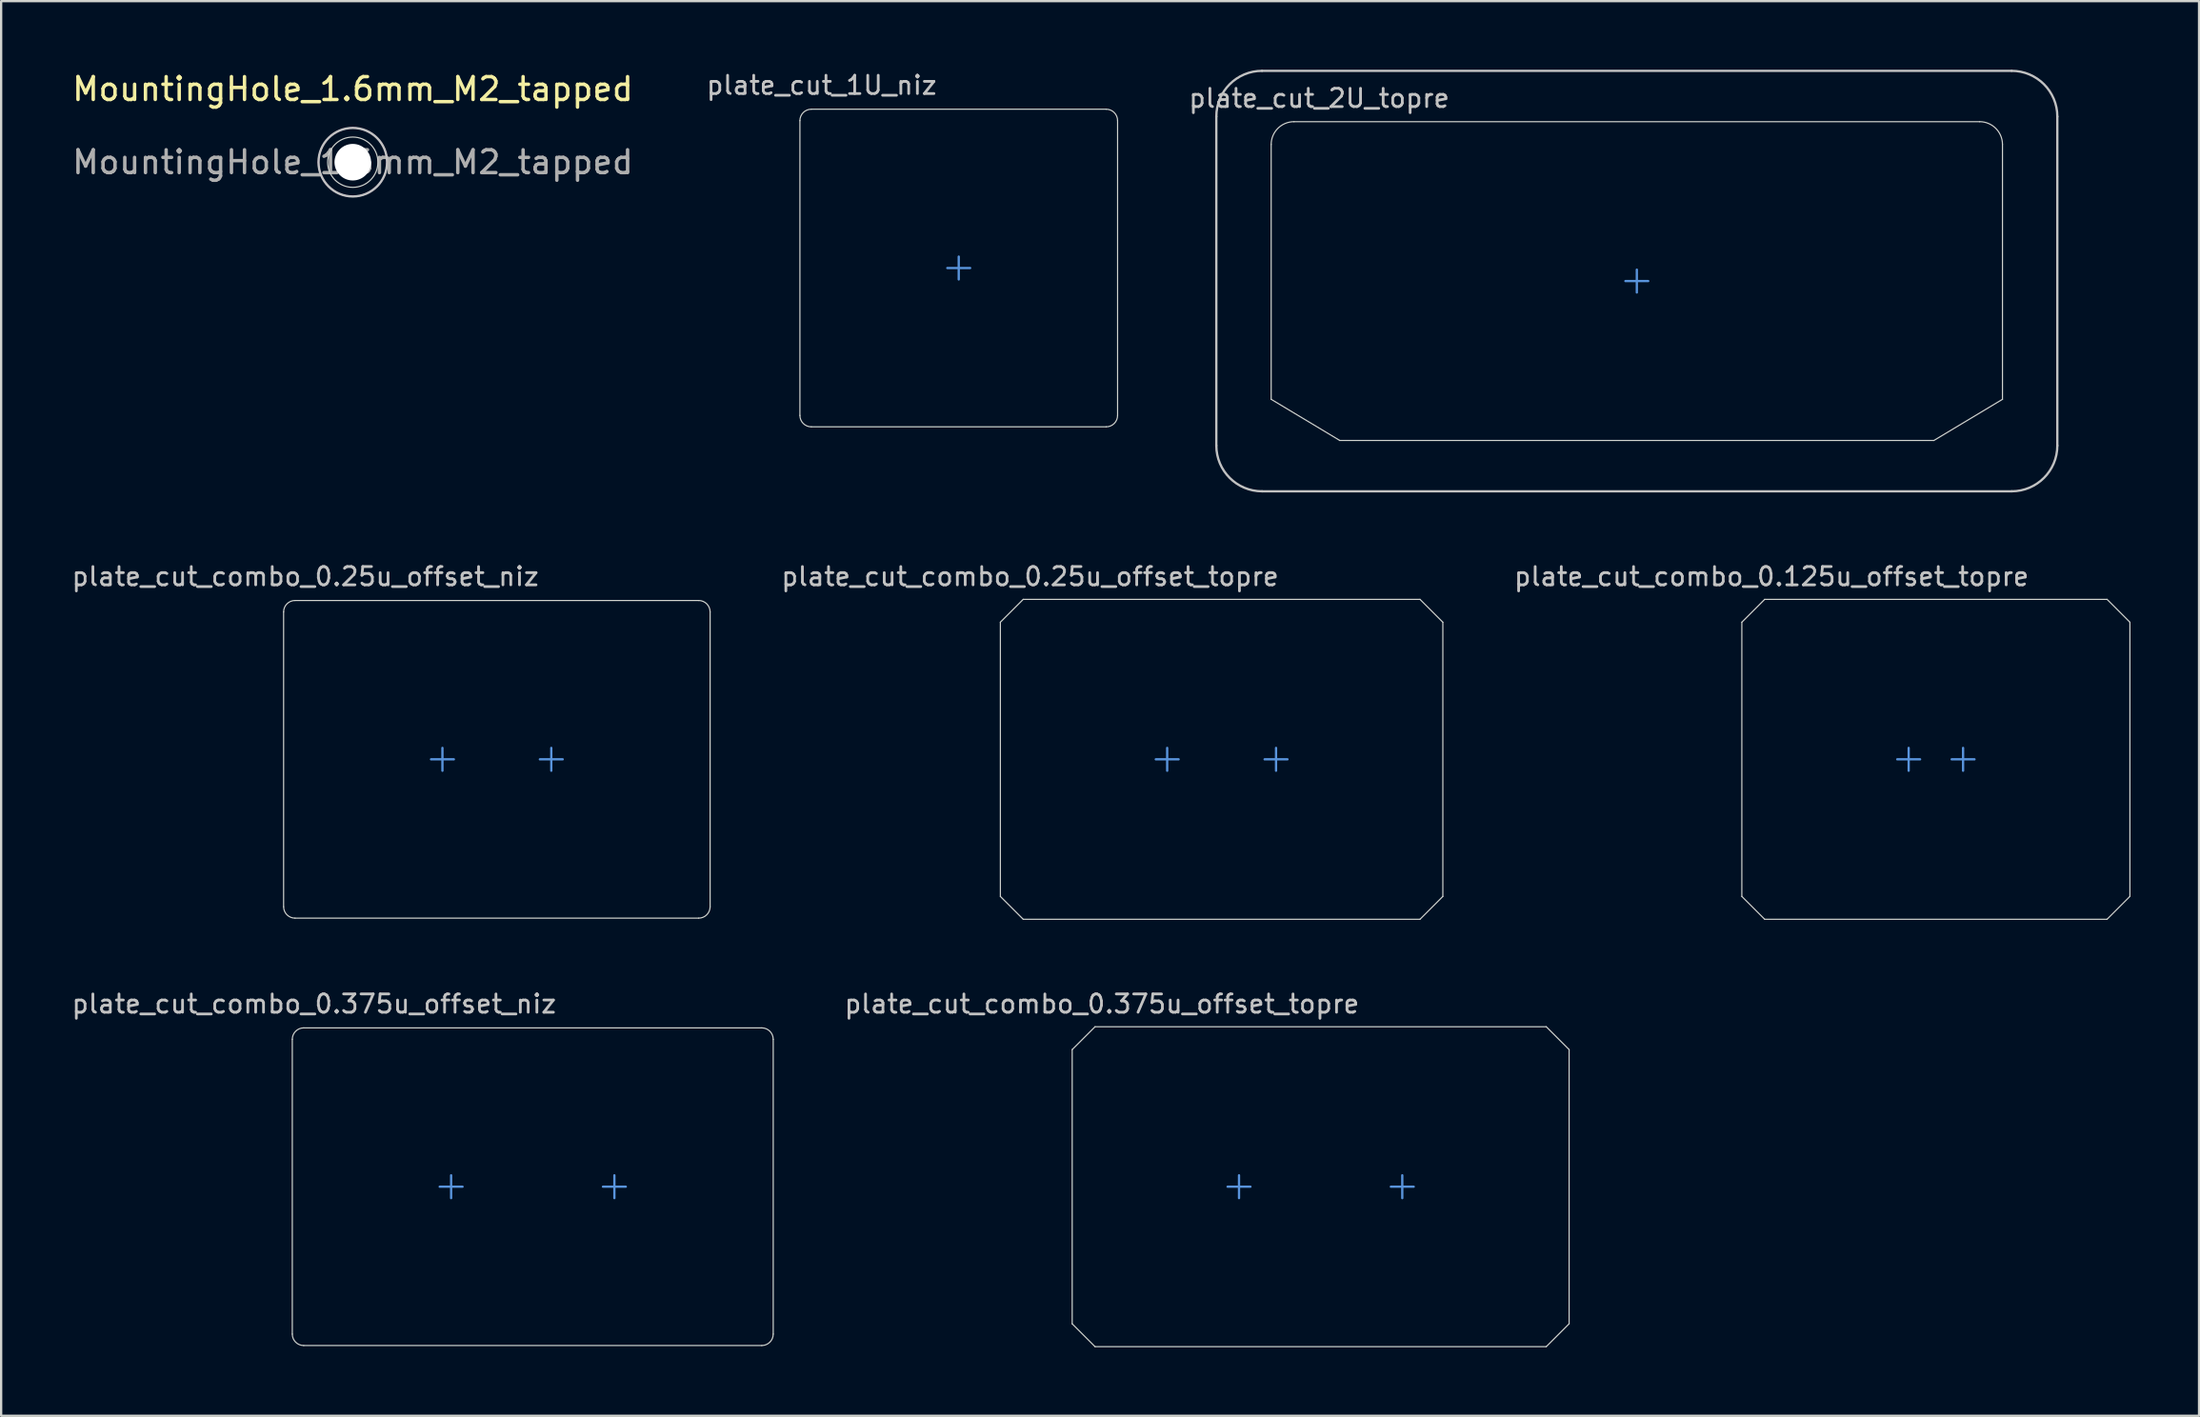
<source format=kicad_pcb>
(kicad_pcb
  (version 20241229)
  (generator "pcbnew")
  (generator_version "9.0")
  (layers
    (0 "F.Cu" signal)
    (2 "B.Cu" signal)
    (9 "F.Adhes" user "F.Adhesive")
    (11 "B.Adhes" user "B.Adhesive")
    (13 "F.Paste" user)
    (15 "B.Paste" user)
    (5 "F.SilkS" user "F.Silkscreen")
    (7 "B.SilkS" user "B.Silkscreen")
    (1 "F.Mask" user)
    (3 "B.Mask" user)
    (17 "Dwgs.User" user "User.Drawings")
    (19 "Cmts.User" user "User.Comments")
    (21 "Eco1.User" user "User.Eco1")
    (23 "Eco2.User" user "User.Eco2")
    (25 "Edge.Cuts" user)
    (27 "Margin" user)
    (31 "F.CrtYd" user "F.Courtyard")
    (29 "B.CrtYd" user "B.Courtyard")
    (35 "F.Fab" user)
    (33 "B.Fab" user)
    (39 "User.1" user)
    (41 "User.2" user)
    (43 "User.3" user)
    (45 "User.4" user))
  (footprint "plate_cut_combo_0.375u_offset_topre"
    (layer "F.Cu")
    (at 51.166 48.882)
    (property "Reference" "plate_cut_combo_0.375u_offset_topre" (at -6 -8 0) (layer "Dwgs.User") (effects (font (size 0.8 0.8) (thickness 0.12))))
    (attr smd)
    (fp_line (start -0.5 0) (end 0.5 0) (stroke (width 0.1) (type default)) (layer "Cmts.User"))
    (fp_line (start 0 -0.5) (end 0 0.5) (stroke (width 0.1) (type default)) (layer "Cmts.User"))
    (fp_line (start 6.644 0) (end 7.644 0) (stroke (width 0.1) (type default)) (layer "Cmts.User"))
    (fp_line (start 7.144 -0.5) (end 7.144 0.5) (stroke (width 0.1) (type default)) (layer "Cmts.User"))
    (fp_line (start -7.3 -6) (end -7.3 6) (stroke (width 0.05) (type solid)) (layer "Edge.Cuts"))
    (fp_line (start -7.3 -6) (end -6.3 -7) (stroke (width 0.05) (type default)) (layer "Edge.Cuts"))
    (fp_line (start -6.3 -7) (end 13.444 -7) (stroke (width 0.05) (type default)) (layer "Edge.Cuts"))
    (fp_line (start -6.3 7) (end -7.3 6) (stroke (width 0.05) (type default)) (layer "Edge.Cuts"))
    (fp_line (start 13.444 7) (end -6.3 7) (stroke (width 0.05) (type default)) (layer "Edge.Cuts"))
    (fp_line (start 13.444 7) (end 14.444 6) (stroke (width 0.05) (type default)) (layer "Edge.Cuts"))
    (fp_line (start 14.444 -6) (end 13.444 -7) (stroke (width 0.05) (type default)) (layer "Edge.Cuts"))
    (fp_line (start 14.444 6) (end 14.444 -6) (stroke (width 0.05) (type solid)) (layer "Edge.Cuts")))
  (footprint "plate_cut_1U_niz"
    (layer "F.Cu")
    (at 38.902 8.679)
    (property "Reference" "plate_cut_1U_niz" (at -6 -8 0) (layer "Dwgs.User") (effects (font (size 0.8 0.8) (thickness 0.12))))
    (attr smd)
    (fp_line (start -0.5 0) (end 0.5 0) (stroke (width 0.1) (type default)) (layer "Cmts.User"))
    (fp_line (start 0 -0.5) (end 0 0.5) (stroke (width 0.1) (type default)) (layer "Cmts.User"))
    (fp_line (start -6.95 6.45) (end -6.95 -6.45) (stroke (width 0.05) (type default)) (layer "Edge.Cuts"))
    (fp_line (start -6.45 -6.95) (end 6.45 -6.95) (stroke (width 0.05) (type default)) (layer "Edge.Cuts"))
    (fp_line (start 6.45 6.95) (end -6.45 6.95) (stroke (width 0.05) (type default)) (layer "Edge.Cuts"))
    (fp_line (start 6.95 -6.45) (end 6.95 6.45) (stroke (width 0.05) (type default)) (layer "Edge.Cuts"))
    (fp_arc (start -6.95 -6.45) (mid -6.803553 -6.803553) (end -6.45 -6.95) (stroke (width 0.05) (type default)) (layer "Edge.Cuts"))
    (fp_arc (start -6.45 6.95) (mid -6.803553 6.803553) (end -6.95 6.45) (stroke (width 0.05) (type default)) (layer "Edge.Cuts"))
    (fp_arc (start 6.45 -6.95) (mid 6.803553 -6.803553) (end 6.95 -6.45) (stroke (width 0.05) (type default)) (layer "Edge.Cuts"))
    (fp_arc (start 6.95 6.45) (mid 6.803553 6.803553) (end 6.45 6.95) (stroke (width 0.05) (type default)) (layer "Edge.Cuts")))
  (footprint "plate_cut_combo_0.375u_offset_niz"
    (layer "F.Cu")
    (at 16.69 48.882)
    (property "Reference" "plate_cut_combo_0.375u_offset_niz" (at -6 -8 0) (layer "Dwgs.User") (effects (font (size 0.8 0.8) (thickness 0.12))))
    (attr smd)
    (fp_line (start -0.5 0) (end 0.5 0) (stroke (width 0.1) (type default)) (layer "Cmts.User"))
    (fp_line (start 0 -0.5) (end 0 0.5) (stroke (width 0.1) (type default)) (layer "Cmts.User"))
    (fp_line (start 6.644 0) (end 7.644 0) (stroke (width 0.1) (type default)) (layer "Cmts.User"))
    (fp_line (start 7.144 -0.5) (end 7.144 0.5) (stroke (width 0.1) (type default)) (layer "Cmts.User"))
    (fp_line (start -6.95 6.45) (end -6.95 -6.45) (stroke (width 0.05) (type default)) (layer "Edge.Cuts"))
    (fp_line (start -6.45 -6.95) (end 13.594 -6.95) (stroke (width 0.05) (type default)) (layer "Edge.Cuts"))
    (fp_line (start -6.45 6.95) (end 13.594 6.95) (stroke (width 0.05) (type default)) (layer "Edge.Cuts"))
    (fp_line (start 14.094 -6.45) (end 14.094 6.45) (stroke (width 0.05) (type default)) (layer "Edge.Cuts"))
    (fp_arc (start -6.95 -6.45) (mid -6.803553 -6.803553) (end -6.45 -6.95) (stroke (width 0.05) (type default)) (layer "Edge.Cuts"))
    (fp_arc (start -6.45 6.95) (mid -6.803553 6.803553) (end -6.95 6.45) (stroke (width 0.05) (type default)) (layer "Edge.Cuts"))
    (fp_arc (start 13.59375 -6.95) (mid 13.947365 -6.8036) (end 14.09375 -6.45) (stroke (width 0.05) (type default)) (layer "Edge.Cuts"))
    (fp_arc (start 14.09375 6.45) (mid 13.947306 6.803571) (end 13.59375 6.95) (stroke (width 0.05) (type default)) (layer "Edge.Cuts")))
  (footprint "plate_cut_combo_0.25u_offset_niz"
    (layer "F.Cu")
    (at 16.31 30.179)
    (property "Reference" "plate_cut_combo_0.25u_offset_niz" (at -6 -8 0) (layer "Dwgs.User") (effects (font (size 0.8 0.8) (thickness 0.12))))
    (attr smd)
    (fp_line (start -0.5 0) (end 0.5 0) (stroke (width 0.1) (type default)) (layer "Cmts.User"))
    (fp_line (start 0 -0.5) (end 0 0.5) (stroke (width 0.1) (type default)) (layer "Cmts.User"))
    (fp_line (start 4.263 0) (end 5.263 0) (stroke (width 0.1) (type default)) (layer "Cmts.User"))
    (fp_line (start 4.763 -0.5) (end 4.763 0.5) (stroke (width 0.1) (type default)) (layer "Cmts.User"))
    (fp_line (start -6.95 6.45) (end -6.95 -6.45) (stroke (width 0.05) (type default)) (layer "Edge.Cuts"))
    (fp_line (start -6.45 -6.95) (end 11.213 -6.95) (stroke (width 0.05) (type default)) (layer "Edge.Cuts"))
    (fp_line (start -6.45 6.95) (end 11.213 6.95) (stroke (width 0.05) (type default)) (layer "Edge.Cuts"))
    (fp_line (start 11.713 -6.45) (end 11.713 6.45) (stroke (width 0.05) (type default)) (layer "Edge.Cuts"))
    (fp_arc (start -6.95 -6.45) (mid -6.803553 -6.803553) (end -6.45 -6.95) (stroke (width 0.05) (type default)) (layer "Edge.Cuts"))
    (fp_arc (start -6.45 6.95) (mid -6.803553 6.803553) (end -6.95 6.45) (stroke (width 0.05) (type default)) (layer "Edge.Cuts"))
    (fp_arc (start 11.2125 -6.95) (mid 11.5661 -6.803573) (end 11.7125 -6.45) (stroke (width 0.05) (type default)) (layer "Edge.Cuts"))
    (fp_arc (start 11.7125 6.45) (mid 11.566053 6.803553) (end 11.2125 6.95) (stroke (width 0.05) (type default)) (layer "Edge.Cuts")))
  (footprint "plate_cut_2U_topre"
    (layer "F.Cu")
    (at 68.573 9.25)
    (property "Reference" "plate_cut_2U_topre" (at -13.9 -8 0) (layer "Dwgs.User") (effects (font (size 0.8 0.8) (thickness 0.12))))
    (attr smd)
    (fp_line (start -18.4 7.2) (end -18.4 -7.2) (stroke (width 0.1) (type default)) (layer "Dwgs.User"))
    (fp_line (start -16.4 -9.2) (end 16.4 -9.2) (stroke (width 0.1) (type default)) (layer "Dwgs.User"))
    (fp_line (start 16.4 9.2) (end -16.4 9.2) (stroke (width 0.1) (type default)) (layer "Dwgs.User"))
    (fp_line (start 18.4 -7.2) (end 18.4 7.2) (stroke (width 0.1) (type default)) (layer "Dwgs.User"))
    (fp_arc (start -18.4 -7.2) (mid -17.814214 -8.614214) (end -16.4 -9.2) (stroke (width 0.1) (type default)) (layer "Dwgs.User"))
    (fp_arc (start -16.4 9.2) (mid -17.814214 8.614214) (end -18.4 7.2) (stroke (width 0.1) (type default)) (layer "Dwgs.User"))
    (fp_arc (start 16.4 -9.2) (mid 17.814214 -8.614214) (end 18.4 -7.2) (stroke (width 0.1) (type default)) (layer "Dwgs.User"))
    (fp_arc (start 18.4 7.2) (mid 17.814214 8.614214) (end 16.4 9.2) (stroke (width 0.1) (type default)) (layer "Dwgs.User"))
    (fp_line (start -0.5 0) (end 0.5 0) (stroke (width 0.1) (type default)) (layer "Cmts.User"))
    (fp_line (start 0 -0.5) (end 0 0.5) (stroke (width 0.1) (type default)) (layer "Cmts.User"))
    (fp_line (start -16 5.175) (end -16 -5.975) (stroke (width 0.05) (type default)) (layer "Edge.Cuts"))
    (fp_line (start -16 5.175) (end -13 6.975) (stroke (width 0.05) (type default)) (layer "Edge.Cuts"))
    (fp_line (start -15 -6.975) (end 15 -6.975) (stroke (width 0.05) (type default)) (layer "Edge.Cuts"))
    (fp_line (start 13 6.975) (end -13 6.975) (stroke (width 0.05) (type default)) (layer "Edge.Cuts"))
    (fp_line (start 16 -5.975) (end 16 5.175) (stroke (width 0.05) (type default)) (layer "Edge.Cuts"))
    (fp_line (start 16 5.175) (end 13 6.975) (stroke (width 0.05) (type default)) (layer "Edge.Cuts"))
    (fp_arc (start -16 -5.975) (mid -15.707107 -6.682107) (end -15 -6.975) (stroke (width 0.05) (type default)) (layer "Edge.Cuts"))
    (fp_arc (start 15 -6.975) (mid 15.707107 -6.682107) (end 16 -5.975) (stroke (width 0.05) (type default)) (layer "Edge.Cuts")))
  (footprint "MountingHole_1.6mm_M2_tapped"
    (layer "F.Cu")
    (at 12.387 4.048)
    (property "Reference" "MountingHole_1.6mm_M2_tapped" (at 0 -3.2 0) (layer "F.SilkS") (effects (font (size 1 1) (thickness 0.15))))
    (attr exclude_from_pos_files exclude_from_bom)
    (fp_circle (center 0 0) (end 1.5 0) (stroke (width 0.1) (type default)) (fill no) (layer "Dwgs.User"))
    (fp_circle (center 0 0) (end 1.1 0) (stroke (width 0.05) (type solid)) (fill no) (layer "Edge.Cuts"))
    (fp_circle (center 0 0) (end 1.5 0) (stroke (width 0.05) (type solid)) (fill no) (layer "F.CrtYd"))
    (fp_text user "${REFERENCE}" (at 0 0 0) (layer "F.Fab") (effects (font (size 1 1) (thickness 0.15))))
    (pad "" np_thru_hole circle (at 0 0) (size 1.6 1.6) (drill 1.6) (layers "*.Cu" "*.Mask")))
  (footprint "plate_cut_combo_0.125u_offset_topre"
    (layer "F.Cu")
    (at 80.468 30.179)
    (property "Reference" "plate_cut_combo_0.125u_offset_topre" (at -6 -8 0) (layer "Dwgs.User") (effects (font (size 0.8 0.8) (thickness 0.12))))
    (attr smd)
    (fp_line (start -0.5 0) (end 0.5 0) (stroke (width 0.1) (type default)) (layer "Cmts.User"))
    (fp_line (start 0 -0.5) (end 0 0.5) (stroke (width 0.1) (type default)) (layer "Cmts.User"))
    (fp_line (start 1.881 0) (end 2.881 0) (stroke (width 0.1) (type default)) (layer "Cmts.User"))
    (fp_line (start 2.381 -0.5) (end 2.381 0.5) (stroke (width 0.1) (type default)) (layer "Cmts.User"))
    (fp_line (start -7.3 -6) (end -7.3 6) (stroke (width 0.05) (type solid)) (layer "Edge.Cuts"))
    (fp_line (start -7.3 -6) (end -6.3 -7) (stroke (width 0.05) (type default)) (layer "Edge.Cuts"))
    (fp_line (start -6.3 -7) (end 8.681 -7) (stroke (width 0.05) (type default)) (layer "Edge.Cuts"))
    (fp_line (start -6.3 7) (end -7.3 6) (stroke (width 0.05) (type default)) (layer "Edge.Cuts"))
    (fp_line (start 8.681 7) (end -6.3 7) (stroke (width 0.05) (type default)) (layer "Edge.Cuts"))
    (fp_line (start 8.681 7) (end 9.681 6) (stroke (width 0.05) (type default)) (layer "Edge.Cuts"))
    (fp_line (start 9.681 -6) (end 8.681 -7) (stroke (width 0.05) (type default)) (layer "Edge.Cuts"))
    (fp_line (start 9.681 6) (end 9.681 -6) (stroke (width 0.05) (type solid)) (layer "Edge.Cuts")))
  (footprint "plate_cut_combo_0.25u_offset_topre"
    (layer "F.Cu")
    (at 48.023 30.179)
    (property "Reference" "plate_cut_combo_0.25u_offset_topre" (at -6 -8 0) (layer "Dwgs.User") (effects (font (size 0.8 0.8) (thickness 0.12))))
    (attr smd)
    (fp_line (start -0.5 0) (end 0.5 0) (stroke (width 0.1) (type default)) (layer "Cmts.User"))
    (fp_line (start 0 -0.5) (end 0 0.5) (stroke (width 0.1) (type default)) (layer "Cmts.User"))
    (fp_line (start 4.263 0) (end 5.263 0) (stroke (width 0.1) (type default)) (layer "Cmts.User"))
    (fp_line (start 4.763 -0.5) (end 4.763 0.5) (stroke (width 0.1) (type default)) (layer "Cmts.User"))
    (fp_line (start -7.3 -6) (end -7.3 6) (stroke (width 0.05) (type solid)) (layer "Edge.Cuts"))
    (fp_line (start -7.3 -6) (end -6.3 -7) (stroke (width 0.05) (type default)) (layer "Edge.Cuts"))
    (fp_line (start -6.3 7) (end -7.3 6) (stroke (width 0.05) (type default)) (layer "Edge.Cuts"))
    (fp_line (start -6.3 7) (end 11.062 7) (stroke (width 0.05) (type default)) (layer "Edge.Cuts"))
    (fp_line (start 11.062 -7) (end -6.3 -7) (stroke (width 0.05) (type default)) (layer "Edge.Cuts"))
    (fp_line (start 11.062 7) (end 12.062 6) (stroke (width 0.05) (type default)) (layer "Edge.Cuts"))
    (fp_line (start 12.062 -6) (end 11.062 -7) (stroke (width 0.05) (type default)) (layer "Edge.Cuts"))
    (fp_line (start 12.062 6) (end 12.062 -6) (stroke (width 0.05) (type solid)) (layer "Edge.Cuts")))
  (gr_rect
    (start -3 -3)
    (end 93.174 58.907)
    (stroke (width 0.1) (type default))
    (fill no)
    (layer "Edge.Cuts")))
</source>
